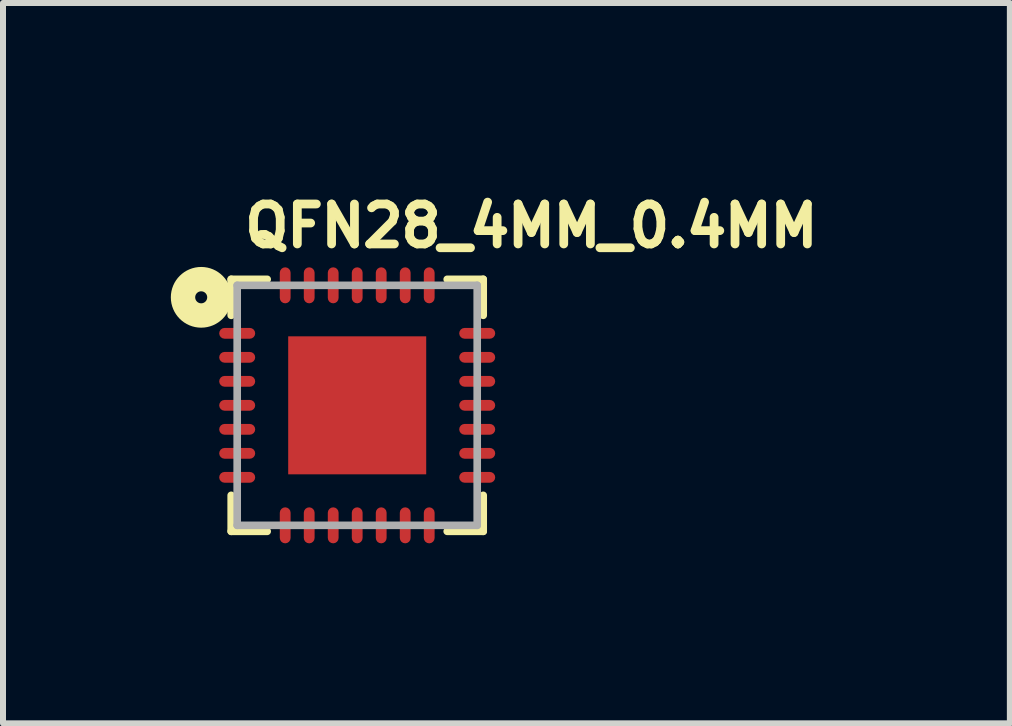
<source format=kicad_pcb>
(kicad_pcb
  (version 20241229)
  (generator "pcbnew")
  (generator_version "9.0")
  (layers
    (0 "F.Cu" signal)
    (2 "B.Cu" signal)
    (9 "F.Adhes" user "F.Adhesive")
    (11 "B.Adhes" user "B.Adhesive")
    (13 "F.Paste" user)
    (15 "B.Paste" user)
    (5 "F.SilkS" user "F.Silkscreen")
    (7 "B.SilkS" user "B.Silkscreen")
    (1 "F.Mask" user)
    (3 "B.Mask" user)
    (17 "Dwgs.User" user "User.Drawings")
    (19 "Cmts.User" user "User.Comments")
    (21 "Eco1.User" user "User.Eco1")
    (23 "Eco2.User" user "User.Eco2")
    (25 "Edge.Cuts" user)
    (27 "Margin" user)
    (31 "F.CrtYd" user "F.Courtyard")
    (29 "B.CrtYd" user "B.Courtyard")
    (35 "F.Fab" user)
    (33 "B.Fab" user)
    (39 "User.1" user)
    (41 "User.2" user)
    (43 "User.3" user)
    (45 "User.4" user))
  (footprint "QFN28_4MM_0.4MM"
    (layer "F.Cu")
    (at 2.903 3.705)
    (property "Reference" "QFN28_4MM_0.4MM" (at -1.95 -2.6 0) (unlocked yes) (layer "F.SilkS") (effects (font (size 0.666 0.666) (thickness 0.146)) (justify left bottom)))
    (fp_line (start -2.1 -2.1) (end -2.1 -1.5) (stroke (width 0.127) (type solid)) (layer "F.SilkS"))
    (fp_line (start -2.1 2.1) (end -2.1 1.5) (stroke (width 0.127) (type solid)) (layer "F.SilkS"))
    (fp_line (start -1.5 -2.1) (end -2.1 -2.1) (stroke (width 0.127) (type solid)) (layer "F.SilkS"))
    (fp_line (start -1.5 2.1) (end -2.1 2.1) (stroke (width 0.127) (type solid)) (layer "F.SilkS"))
    (fp_line (start 1.5 -2.1) (end 2.1 -2.1) (stroke (width 0.127) (type solid)) (layer "F.SilkS"))
    (fp_line (start 1.5 2.1) (end 2.1 2.1) (stroke (width 0.127) (type solid)) (layer "F.SilkS"))
    (fp_line (start 2.1 -2.1) (end 2.1 -1.5) (stroke (width 0.127) (type solid)) (layer "F.SilkS"))
    (fp_line (start 2.1 2.1) (end 2.1 1.5) (stroke (width 0.127) (type solid)) (layer "F.SilkS"))
    (fp_circle (center -2.6 -1.8) (end -2.5 -1.8) (stroke (width 0.406) (type solid)) (fill no) (layer "F.SilkS"))
    (fp_poly (pts (xy -1 -0.3) (xy -0.3 -0.3) (xy -0.3 -1) (xy -1 -1)) (stroke (width 0) (type default)) (fill yes) (layer "F.Paste"))
    (fp_poly (pts (xy -1 1) (xy -0.3 1) (xy -0.3 0.3) (xy -1 0.3)) (stroke (width 0) (type default)) (fill yes) (layer "F.Paste"))
    (fp_poly (pts (xy 0.3 -0.3) (xy 1 -0.3) (xy 1 -1) (xy 0.3 -1)) (stroke (width 0) (type default)) (fill yes) (layer "F.Paste"))
    (fp_poly (pts (xy 0.3 1) (xy 1 1) (xy 1 0.3) (xy 0.3 0.3)) (stroke (width 0) (type default)) (fill yes) (layer "F.Paste"))
    (fp_line (start -2 -2) (end 2 -2) (stroke (width 0.127) (type solid)) (layer "F.Fab"))
    (fp_line (start -2 2) (end -2 -2) (stroke (width 0.127) (type solid)) (layer "F.Fab"))
    (fp_line (start 2 -2) (end 2 2) (stroke (width 0.127) (type solid)) (layer "F.Fab"))
    (fp_line (start 2 2) (end -2 2) (stroke (width 0.127) (type solid)) (layer "F.Fab"))
    (pad "1" smd roundrect (at -2 -1.2 90) (size 0.18 0.6) (layers "F.Cu" "F.Mask" "F.Paste") (roundrect_rratio 0.5))
    (pad "2" smd roundrect (at -2 -0.8 90) (size 0.18 0.6) (layers "F.Cu" "F.Mask" "F.Paste") (roundrect_rratio 0.5))
    (pad "3" smd roundrect (at -2 -0.4 90) (size 0.18 0.6) (layers "F.Cu" "F.Mask" "F.Paste") (roundrect_rratio 0.5))
    (pad "4" smd roundrect (at -2 0 90) (size 0.18 0.6) (layers "F.Cu" "F.Mask" "F.Paste") (roundrect_rratio 0.5))
    (pad "5" smd roundrect (at -2 0.4 90) (size 0.18 0.6) (layers "F.Cu" "F.Mask" "F.Paste") (roundrect_rratio 0.5))
    (pad "6" smd roundrect (at -2 0.8 90) (size 0.18 0.6) (layers "F.Cu" "F.Mask" "F.Paste") (roundrect_rratio 0.5))
    (pad "7" smd roundrect (at -2 1.2 90) (size 0.18 0.6) (layers "F.Cu" "F.Mask" "F.Paste") (roundrect_rratio 0.5))
    (pad "8" smd roundrect (at -1.2 2 180) (size 0.18 0.6) (layers "F.Cu" "F.Mask" "F.Paste") (roundrect_rratio 0.5))
    (pad "9" smd roundrect (at -0.8 2 180) (size 0.18 0.6) (layers "F.Cu" "F.Mask" "F.Paste") (roundrect_rratio 0.5))
    (pad "10" smd roundrect (at -0.4 2 180) (size 0.18 0.6) (layers "F.Cu" "F.Mask" "F.Paste") (roundrect_rratio 0.5))
    (pad "11" smd roundrect (at 0 2 180) (size 0.18 0.6) (layers "F.Cu" "F.Mask" "F.Paste") (roundrect_rratio 0.5))
    (pad "12" smd roundrect (at 0.4 2 180) (size 0.18 0.6) (layers "F.Cu" "F.Mask" "F.Paste") (roundrect_rratio 0.5))
    (pad "13" smd roundrect (at 0.8 2 180) (size 0.18 0.6) (layers "F.Cu" "F.Mask" "F.Paste") (roundrect_rratio 0.5))
    (pad "14" smd roundrect (at 1.2 2 180) (size 0.18 0.6) (layers "F.Cu" "F.Mask" "F.Paste") (roundrect_rratio 0.5))
    (pad "15" smd roundrect (at 2 1.2 270) (size 0.18 0.6) (layers "F.Cu" "F.Mask" "F.Paste") (roundrect_rratio 0.5))
    (pad "16" smd roundrect (at 2 0.8 270) (size 0.18 0.6) (layers "F.Cu" "F.Mask" "F.Paste") (roundrect_rratio 0.5))
    (pad "17" smd roundrect (at 2 0.4 270) (size 0.18 0.6) (layers "F.Cu" "F.Mask" "F.Paste") (roundrect_rratio 0.5))
    (pad "18" smd roundrect (at 2 0 270) (size 0.18 0.6) (layers "F.Cu" "F.Mask" "F.Paste") (roundrect_rratio 0.5))
    (pad "19" smd roundrect (at 2 -0.4 270) (size 0.18 0.6) (layers "F.Cu" "F.Mask" "F.Paste") (roundrect_rratio 0.5))
    (pad "20" smd roundrect (at 2 -0.8 270) (size 0.18 0.6) (layers "F.Cu" "F.Mask" "F.Paste") (roundrect_rratio 0.5))
    (pad "21" smd roundrect (at 2 -1.2 270) (size 0.18 0.6) (layers "F.Cu" "F.Mask" "F.Paste") (roundrect_rratio 0.5))
    (pad "22" smd roundrect (at 1.2 -2) (size 0.18 0.6) (layers "F.Cu" "F.Mask" "F.Paste") (roundrect_rratio 0.5))
    (pad "23" smd roundrect (at 0.8 -2) (size 0.18 0.6) (layers "F.Cu" "F.Mask" "F.Paste") (roundrect_rratio 0.5))
    (pad "24" smd roundrect (at 0.4 -2) (size 0.18 0.6) (layers "F.Cu" "F.Mask" "F.Paste") (roundrect_rratio 0.5))
    (pad "25" smd roundrect (at 0 -2) (size 0.18 0.6) (layers "F.Cu" "F.Mask" "F.Paste") (roundrect_rratio 0.5))
    (pad "26" smd roundrect (at -0.4 -2) (size 0.18 0.6) (layers "F.Cu" "F.Mask" "F.Paste") (roundrect_rratio 0.5))
    (pad "27" smd roundrect (at -0.8 -2) (size 0.18 0.6) (layers "F.Cu" "F.Mask" "F.Paste") (roundrect_rratio 0.5))
    (pad "28" smd roundrect (at -1.2 -2) (size 0.18 0.6) (layers "F.Cu" "F.Mask" "F.Paste") (roundrect_rratio 0.5))
    (pad "THERMAL" smd rect (at 0 0) (size 2.3 2.3) (layers "F.Cu" "F.Mask")))
  (gr_rect
    (start -3 -3)
    (end 13.78 9.005)
    (stroke (width 0.1) (type default))
    (fill no)
    (layer "Edge.Cuts")))
</source>
